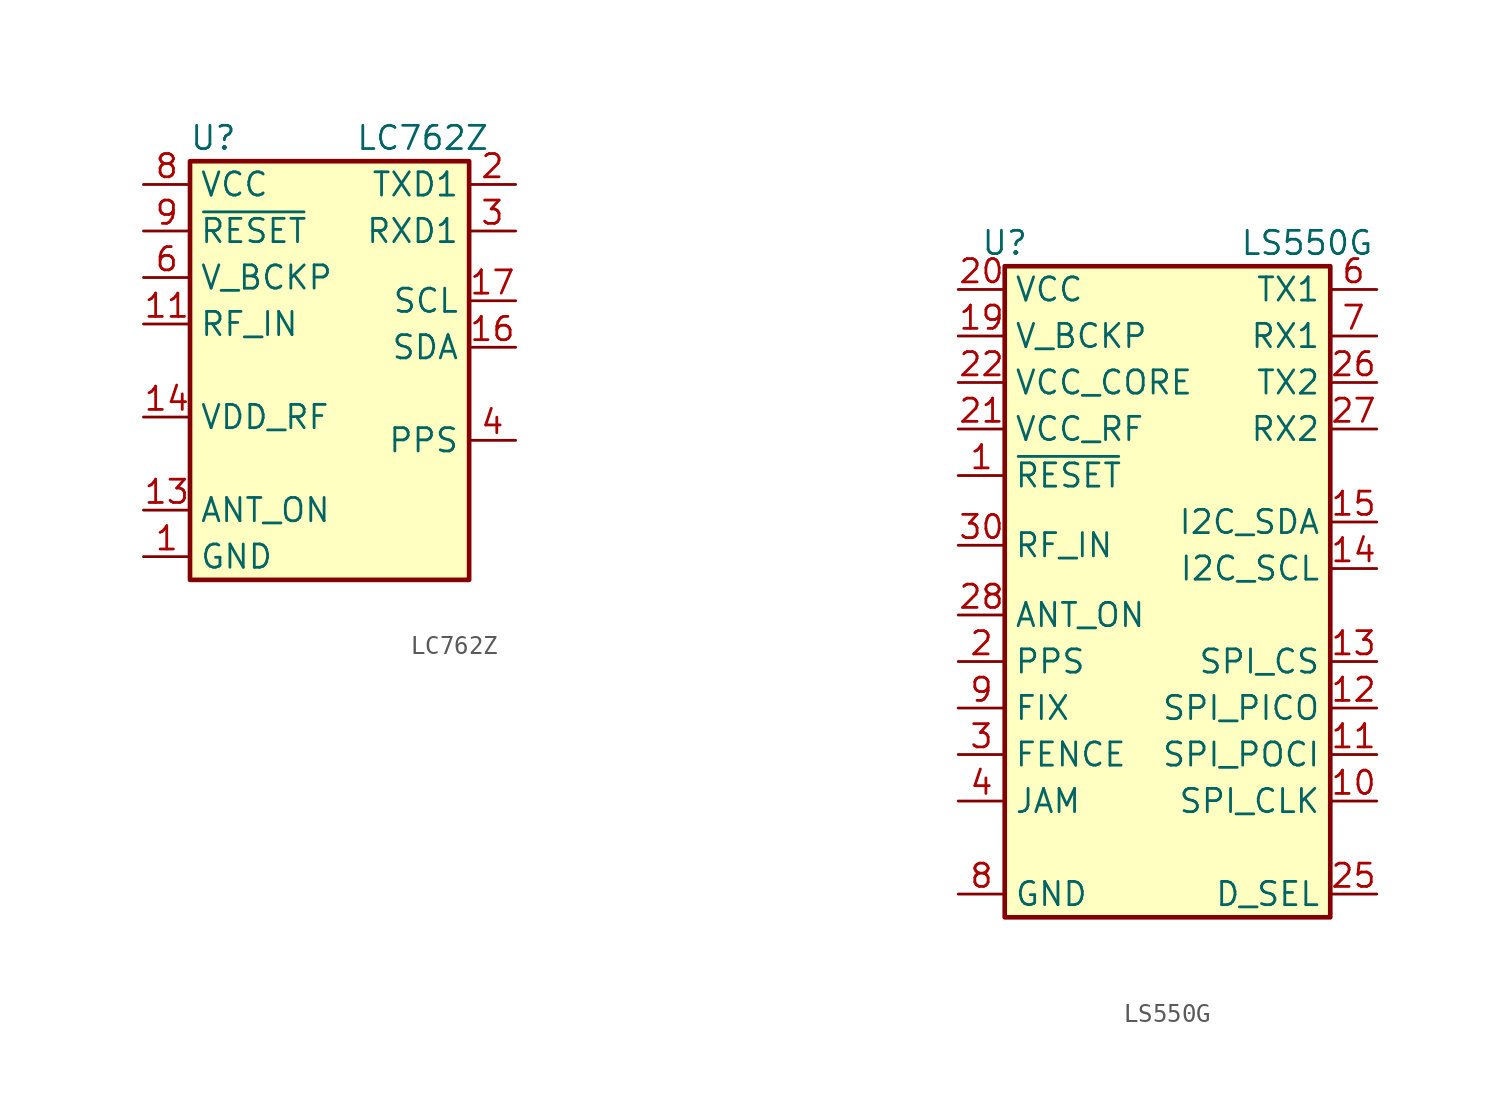
<source format=kicad_sym>
(kicad_symbol_lib
  (version 20241209)
  (generator "kicad_symbol_editor")
  (generator_version "9.0")
  (symbol "LC762Z"
    (property "Reference" "U"
      (at -6.35 12.7 0)
      (effects (font (size 1.27 1.27))))
    (property "Value" "LC762Z"
      (at 5.08 12.7 0)
      (effects (font (size 1.27 1.27))))
    (symbol "LC762Z_0_1"
      (rectangle (start -7.62 11.43) (end 7.62 -11.43) (stroke (width 0.254) (type default)) (fill (type background))))
    (symbol "LC762Z_1_1"
      (pin power_in line (at -10.16 10.16 0) (length 2.54) (name "VCC" (effects (font (size 1.27 1.27)))) (number "8" (effects (font (size 1.27 1.27)))))
      (pin input line (at -10.16 7.62 0) (length 2.54) (name "~{RESET}" (effects (font (size 1.27 1.27)))) (number "9" (effects (font (size 1.27 1.27)))))
      (pin power_in line (at -10.16 5.08 0) (length 2.54) (name "V_BCKP" (effects (font (size 1.27 1.27)))) (number "6" (effects (font (size 1.27 1.27)))))
      (pin input line (at -10.16 2.54 0) (length 2.54) (name "RF_IN" (effects (font (size 1.27 1.27)))) (number "11" (effects (font (size 1.27 1.27)))))
      (pin power_out line (at -10.16 -2.54 0) (length 2.54) (name "VDD_RF" (effects (font (size 1.27 1.27)))) (number "14" (effects (font (size 1.27 1.27)))))
      (pin output line (at -10.16 -7.62 0) (length 2.54) (name "ANT_ON" (effects (font (size 1.27 1.27)))) (number "13" (effects (font (size 1.27 1.27)))))
      (pin power_in line (at -10.16 -10.16 0) (length 2.54) (name "GND" (effects (font (size 1.27 1.27)))) (number "1" (effects (font (size 1.27 1.27)))))
      (pin passive line (at -10.16 -10.16 0) (length 2.54) (hide yes) (name "GND" (effects (font (size 1.27 1.27)))) (number "10" (effects (font (size 1.27 1.27)))))
      (pin passive line (at -10.16 -10.16 0) (length 2.54) (hide yes) (name "GND" (effects (font (size 1.27 1.27)))) (number "12" (effects (font (size 1.27 1.27)))))
      (pin output line (at 10.16 10.16 180) (length 2.54) (name "TXD1" (effects (font (size 1.27 1.27)))) (number "2" (effects (font (size 1.27 1.27)))))
      (pin input line (at 10.16 7.62 180) (length 2.54) (name "RXD1" (effects (font (size 1.27 1.27)))) (number "3" (effects (font (size 1.27 1.27)))))
      (pin bidirectional line (at 10.16 3.81 180) (length 2.54) (name "SCL" (effects (font (size 1.27 1.27)))) (number "17" (effects (font (size 1.27 1.27)))))
      (pin bidirectional line (at 10.16 1.27 180) (length 2.54) (name "SDA" (effects (font (size 1.27 1.27)))) (number "16" (effects (font (size 1.27 1.27)))))
      (pin output line (at 10.16 -3.81 180) (length 2.54) (name "PPS" (effects (font (size 1.27 1.27)))) (number "4" (effects (font (size 1.27 1.27)))))
      (pin no_connect line (at 24.13 5.08 180) (length 2.54) (hide yes) (name "NC" (effects (font (size 1.27 1.27)))) (number "5" (effects (font (size 1.27 1.27)))))
      (pin no_connect line (at 24.13 2.54 180) (length 2.54) (hide yes) (name "NC" (effects (font (size 1.27 1.27)))) (number "7" (effects (font (size 1.27 1.27)))))
      (pin no_connect line (at 24.13 0 180) (length 2.54) (hide yes) (name "NC" (effects (font (size 1.27 1.27)))) (number "15" (effects (font (size 1.27 1.27)))))
      (pin no_connect line (at 24.13 -2.54 180) (length 2.54) (hide yes) (name "NC" (effects (font (size 1.27 1.27)))) (number "18" (effects (font (size 1.27 1.27)))))))
  (symbol "LS550G"
    (property "Reference" "U"
      (at -8.89 19.05 0)
      (effects (font (size 1.27 1.27))))
    (property "Value" "LS550G"
      (at 7.62 19.05 0)
      (effects (font (size 1.27 1.27))))
    (symbol "LS550G_0_1"
      (rectangle (start -8.89 17.78) (end 8.89 -17.78) (stroke (width 0.254) (type default)) (fill (type background))))
    (symbol "LS550G_1_0"
      (pin power_in line (at -11.43 16.51 0) (length 2.54) (name "VCC" (effects (font (size 1.27 1.27)))) (number "20" (effects (font (size 1.27 1.27)))))
      (pin power_in line (at -11.43 13.97 0) (length 2.54) (name "V_BCKP" (effects (font (size 1.27 1.27)))) (number "19" (effects (font (size 1.27 1.27)))))
      (pin power_in line (at -11.43 11.43 0) (length 2.54) (name "VCC_CORE" (effects (font (size 1.27 1.27)))) (number "22" (effects (font (size 1.27 1.27)))))
      (pin power_in line (at -11.43 8.89 0) (length 2.54) (name "VCC_RF" (effects (font (size 1.27 1.27)))) (number "21" (effects (font (size 1.27 1.27)))))
      (pin input line (at -11.43 2.54 0) (length 2.54) (name "RF_IN" (effects (font (size 1.27 1.27)))) (number "30" (effects (font (size 1.27 1.27)))))
      (pin output line (at -11.43 -1.27 0) (length 2.54) (name "ANT_ON" (effects (font (size 1.27 1.27)))) (number "28" (effects (font (size 1.27 1.27)))))
      (pin power_in line (at -11.43 -16.51 0) (length 2.54) (hide yes) (name "GND" (effects (font (size 1.27 1.27)))) (number "23" (effects (font (size 1.27 1.27)))))
      (pin power_in line (at -11.43 -16.51 0) (length 2.54) (hide yes) (name "GND" (effects (font (size 1.27 1.27)))) (number "24" (effects (font (size 1.27 1.27)))))
      (pin power_in line (at -11.43 -16.51 0) (length 2.54) (hide yes) (name "GND" (effects (font (size 1.27 1.27)))) (number "29" (effects (font (size 1.27 1.27)))))
      (pin power_in line (at -11.43 -16.51 0) (length 2.54) (hide yes) (name "GND" (effects (font (size 1.27 1.27)))) (number "31" (effects (font (size 1.27 1.27)))))
      (pin power_in line (at -11.43 -16.51 0) (length 2.54) (hide yes) (name "GND" (effects (font (size 1.27 1.27)))) (number "32" (effects (font (size 1.27 1.27)))))
      (pin power_in line (at -11.43 -16.51 0) (length 2.54) (hide yes) (name "GND" (effects (font (size 1.27 1.27)))) (number "33" (effects (font (size 1.27 1.27)))))
      (pin power_in line (at -11.43 -16.51 0) (length 2.54) (hide yes) (name "GND" (effects (font (size 1.27 1.27)))) (number "34" (effects (font (size 1.27 1.27)))))
      (pin power_in line (at -11.43 -16.51 0) (length 2.54) (hide yes) (name "GND" (effects (font (size 1.27 1.27)))) (number "35" (effects (font (size 1.27 1.27)))))
      (pin power_in line (at -11.43 -16.51 0) (length 2.54) (hide yes) (name "GND" (effects (font (size 1.27 1.27)))) (number "36" (effects (font (size 1.27 1.27)))))
      (pin output line (at 11.43 11.43 180) (length 2.54) (name "TX2" (effects (font (size 1.27 1.27)))) (number "26" (effects (font (size 1.27 1.27)))))
      (pin input line (at 11.43 8.89 180) (length 2.54) (name "RX2" (effects (font (size 1.27 1.27)))) (number "27" (effects (font (size 1.27 1.27)))))
      (pin input line (at 11.43 -16.51 180) (length 2.54) (name "D_SEL" (effects (font (size 1.27 1.27)))) (number "25" (effects (font (size 1.27 1.27))))))
    (symbol "LS550G_1_1"
      (pin input line (at -11.43 6.35 0) (length 2.54) (name "~{RESET}" (effects (font (size 1.27 1.27)))) (number "1" (effects (font (size 1.27 1.27)))))
      (pin output line (at -11.43 -3.81 0) (length 2.54) (name "PPS" (effects (font (size 1.27 1.27)))) (number "2" (effects (font (size 1.27 1.27)))))
      (pin output line (at -11.43 -6.35 0) (length 2.54) (name "FIX" (effects (font (size 1.27 1.27)))) (number "9" (effects (font (size 1.27 1.27)))))
      (pin output line (at -11.43 -8.89 0) (length 2.54) (name "FENCE" (effects (font (size 1.27 1.27)))) (number "3" (effects (font (size 1.27 1.27)))))
      (pin output line (at -11.43 -11.43 0) (length 2.54) (name "JAM" (effects (font (size 1.27 1.27)))) (number "4" (effects (font (size 1.27 1.27)))))
      (pin power_in line (at -11.43 -16.51 0) (length 2.54) (hide yes) (name "GND" (effects (font (size 1.27 1.27)))) (number "16" (effects (font (size 1.27 1.27)))))
      (pin power_in line (at -11.43 -16.51 0) (length 2.54) (hide yes) (name "GND" (effects (font (size 1.27 1.27)))) (number "18" (effects (font (size 1.27 1.27)))))
      (pin power_in line (at -11.43 -16.51 0) (length 2.54) (name "GND" (effects (font (size 1.27 1.27)))) (number "8" (effects (font (size 1.27 1.27)))))
      (pin no_connect line (at 11.43 24.13 180) (length 2.54) (hide yes) (name "RESERVED" (effects (font (size 1.27 1.27)))) (number "17" (effects (font (size 1.27 1.27)))))
      (pin no_connect line (at 11.43 21.59 180) (length 2.54) (hide yes) (name "RESERVED" (effects (font (size 1.27 1.27)))) (number "5" (effects (font (size 1.27 1.27)))))
      (pin output line (at 11.43 16.51 180) (length 2.54) (name "TX1" (effects (font (size 1.27 1.27)))) (number "6" (effects (font (size 1.27 1.27)))))
      (pin input line (at 11.43 13.97 180) (length 2.54) (name "RX1" (effects (font (size 1.27 1.27)))) (number "7" (effects (font (size 1.27 1.27)))))
      (pin bidirectional line (at 11.43 3.81 180) (length 2.54) (name "I2C_SDA" (effects (font (size 1.27 1.27)))) (number "15" (effects (font (size 1.27 1.27)))))
      (pin bidirectional line (at 11.43 1.27 180) (length 2.54) (name "I2C_SCL" (effects (font (size 1.27 1.27)))) (number "14" (effects (font (size 1.27 1.27)))))
      (pin input line (at 11.43 -3.81 180) (length 2.54) (name "SPI_CS" (effects (font (size 1.27 1.27)))) (number "13" (effects (font (size 1.27 1.27)))))
      (pin input line (at 11.43 -6.35 180) (length 2.54) (name "SPI_PICO" (effects (font (size 1.27 1.27)))) (number "12" (effects (font (size 1.27 1.27)))))
      (pin output line (at 11.43 -8.89 180) (length 2.54) (name "SPI_POCI" (effects (font (size 1.27 1.27)))) (number "11" (effects (font (size 1.27 1.27)))))
      (pin input line (at 11.43 -11.43 180) (length 2.54) (name "SPI_CLK" (effects (font (size 1.27 1.27)))) (number "10" (effects (font (size 1.27 1.27))))))))
</source>
